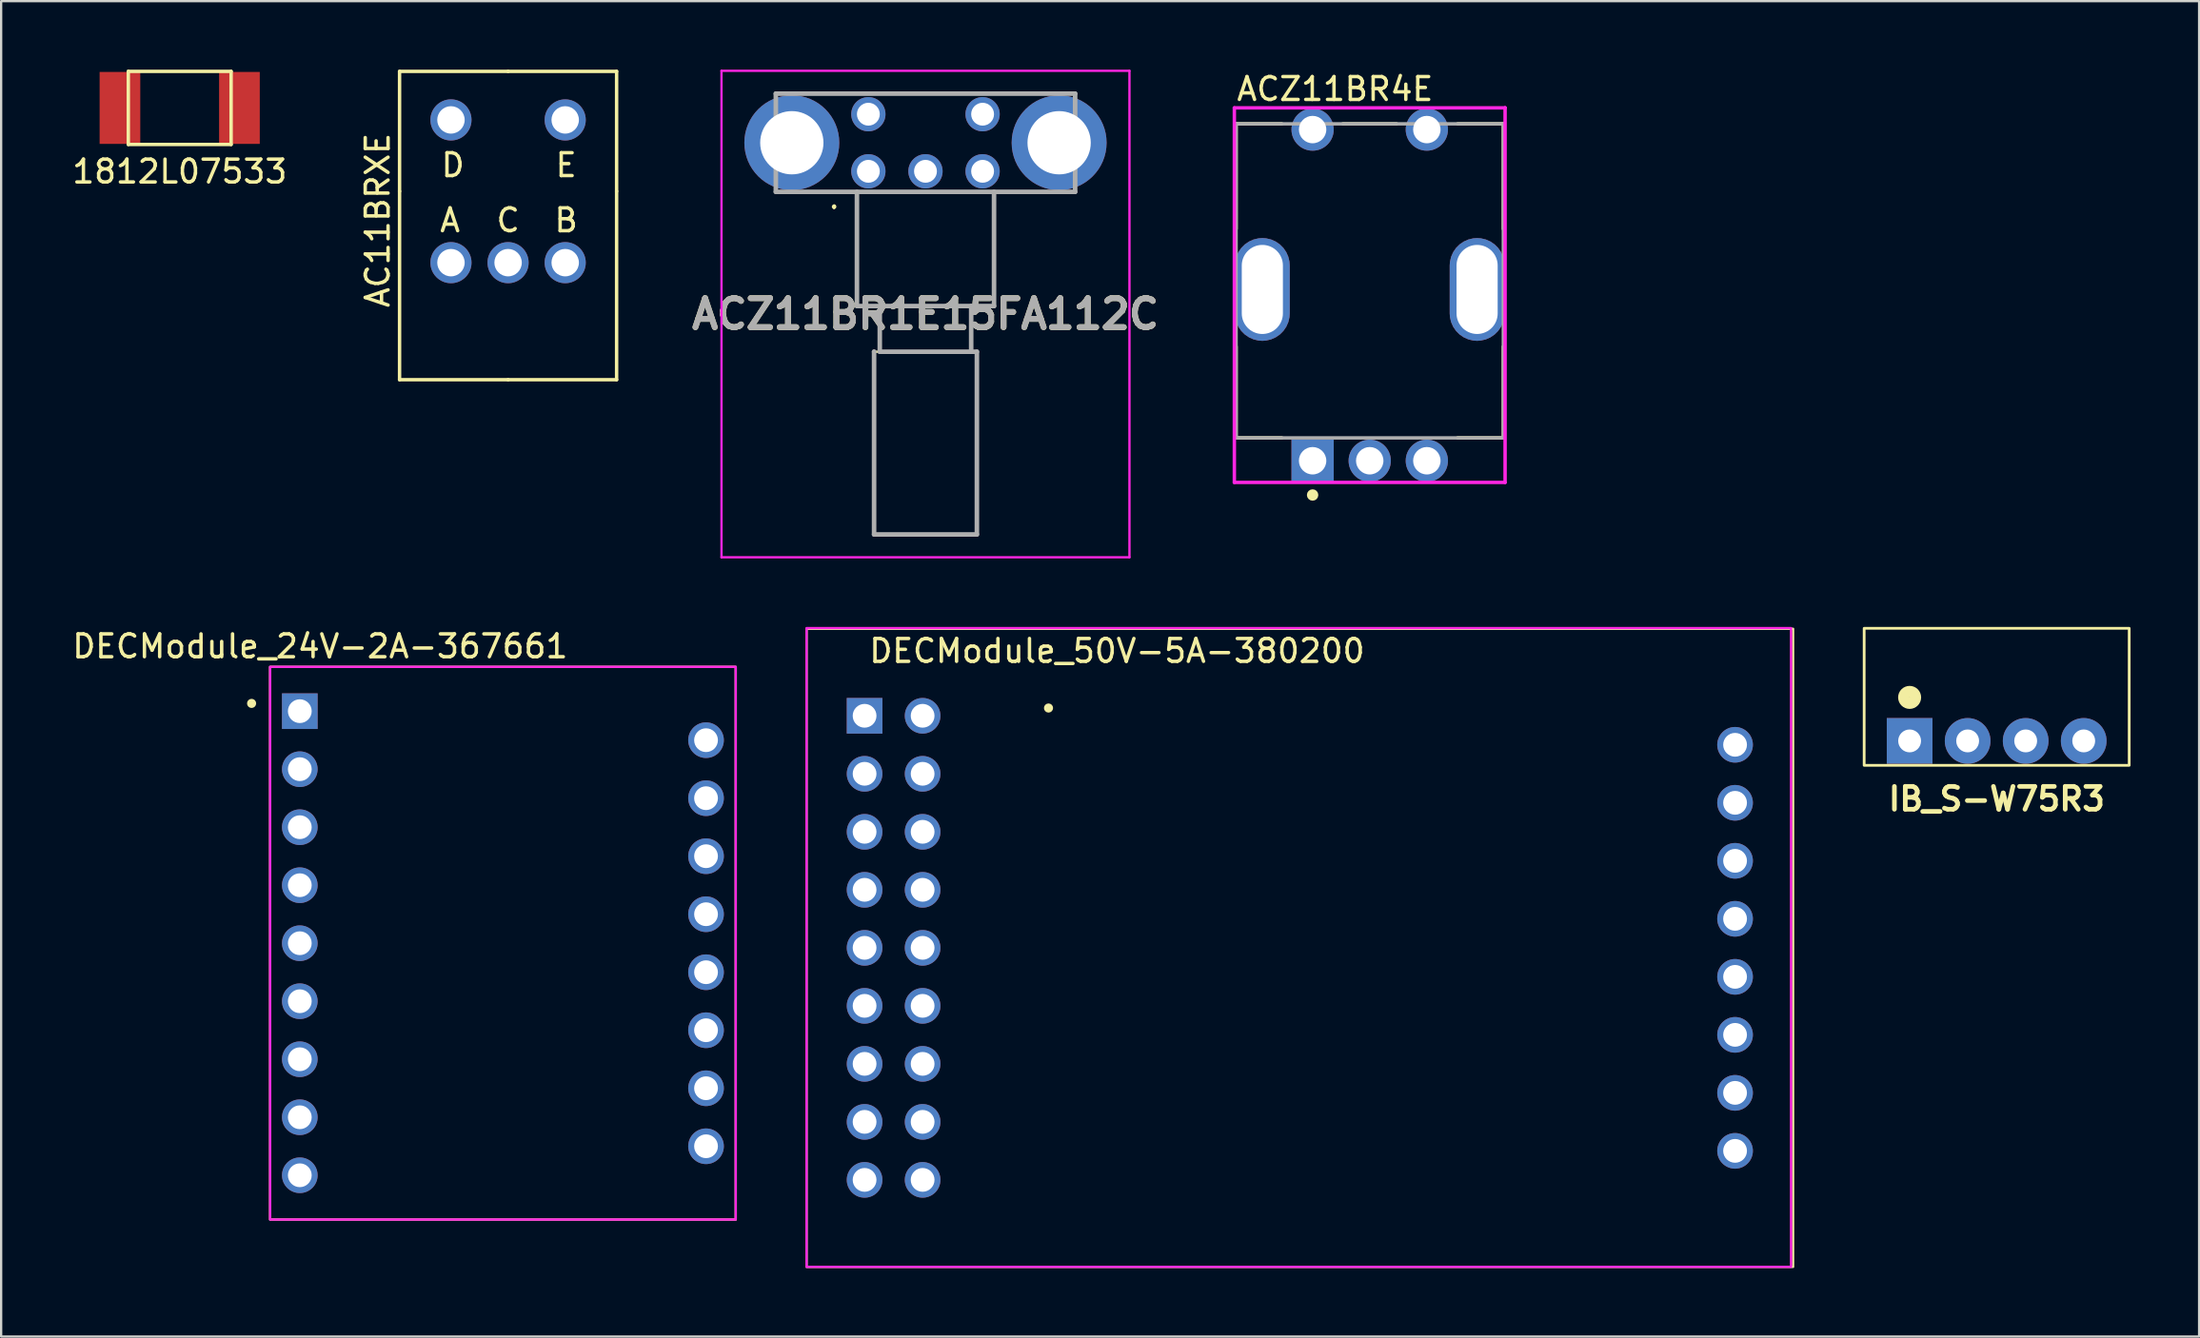
<source format=kicad_pcb>
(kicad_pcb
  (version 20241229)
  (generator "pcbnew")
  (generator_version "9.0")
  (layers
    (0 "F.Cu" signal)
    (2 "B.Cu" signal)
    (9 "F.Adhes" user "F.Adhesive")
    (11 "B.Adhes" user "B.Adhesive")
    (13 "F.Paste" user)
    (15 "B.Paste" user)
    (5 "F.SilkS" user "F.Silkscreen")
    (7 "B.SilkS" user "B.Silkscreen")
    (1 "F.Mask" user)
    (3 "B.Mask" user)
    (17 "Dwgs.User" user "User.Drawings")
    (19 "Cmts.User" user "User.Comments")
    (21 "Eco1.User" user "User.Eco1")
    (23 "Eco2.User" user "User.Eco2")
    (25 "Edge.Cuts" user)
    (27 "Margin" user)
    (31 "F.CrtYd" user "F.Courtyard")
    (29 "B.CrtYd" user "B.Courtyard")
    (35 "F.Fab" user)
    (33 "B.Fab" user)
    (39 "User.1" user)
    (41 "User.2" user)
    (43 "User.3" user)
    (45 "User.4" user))
  (footprint "ACZ11BR4E"
    (layer "F.Cu")
    (at 56.901 9.623)
    (property "Reference" "ACZ11BR4E" (at -5.9 -8.775 0) (layer "F.SilkS") (effects (font (size 1 1) (thickness 0.15)) (justify left)))
    (attr through_hole)
    (fp_line (start -5.85 -7.25) (end -5.85 -2.65) (stroke (width 0.15) (type solid)) (layer "F.SilkS"))
    (fp_line (start -5.85 -7.25) (end -3.85 -7.25) (stroke (width 0.15) (type solid)) (layer "F.SilkS"))
    (fp_line (start -5.85 6.5) (end -5.85 2.5) (stroke (width 0.15) (type solid)) (layer "F.SilkS"))
    (fp_line (start -5.85 6.5) (end -3.85 6.5) (stroke (width 0.15) (type solid)) (layer "F.SilkS"))
    (fp_line (start -1.175 -7.25) (end 1.175 -7.25) (stroke (width 0.15) (type solid)) (layer "F.SilkS"))
    (fp_line (start 5.85 -7.25) (end 3.85 -7.25) (stroke (width 0.15) (type solid)) (layer "F.SilkS"))
    (fp_line (start 5.85 -7.25) (end 5.85 -2.65) (stroke (width 0.15) (type solid)) (layer "F.SilkS"))
    (fp_line (start 5.85 6.5) (end 3.85 6.5) (stroke (width 0.15) (type solid)) (layer "F.SilkS"))
    (fp_line (start 5.85 6.5) (end 5.85 2.5) (stroke (width 0.15) (type solid)) (layer "F.SilkS"))
    (fp_circle (center -2.5 9) (end -2.375 9) (stroke (width 0.25) (type solid)) (fill no) (layer "F.SilkS"))
    (fp_line (start -5.925 -7.95) (end -5.925 8.45) (stroke (width 0.15) (type solid)) (layer "F.CrtYd"))
    (fp_line (start -5.925 8.45) (end 5.925 8.45) (stroke (width 0.15) (type solid)) (layer "F.CrtYd"))
    (fp_line (start 5.925 -7.95) (end -5.925 -7.95) (stroke (width 0.15) (type solid)) (layer "F.CrtYd"))
    (fp_line (start 5.925 -7.95) (end 5.925 -7.95) (stroke (width 0.15) (type solid)) (layer "F.CrtYd"))
    (fp_line (start 5.925 8.45) (end 5.925 -7.95) (stroke (width 0.15) (type solid)) (layer "F.CrtYd"))
    (fp_line (start -5.85 -7.25) (end 5.85 -7.25) (stroke (width 0.15) (type solid)) (layer "F.Fab"))
    (fp_line (start -5.85 6.5) (end -5.85 -7.25) (stroke (width 0.15) (type solid)) (layer "F.Fab"))
    (fp_line (start 5.85 -7.25) (end 5.85 6.5) (stroke (width 0.15) (type solid)) (layer "F.Fab"))
    (fp_line (start 5.85 6.5) (end -5.85 6.5) (stroke (width 0.15) (type solid)) (layer "F.Fab"))
    (pad "1" thru_hole rect (at -2.5 7.5) (size 1.85 1.85) (drill 1.2) (layers "*.Cu"))
    (pad "2" thru_hole circle (at 2.5 7.5) (size 1.85 1.85) (drill 1.2) (layers "*.Cu"))
    (pad "3" thru_hole circle (at 0 7.5) (size 1.85 1.85) (drill 1.2) (layers "*.Cu"))
    (pad "4" thru_hole circle (at -2.5 -7) (size 1.85 1.85) (drill 1.2) (layers "*.Cu"))
    (pad "5" thru_hole circle (at 2.5 -7) (size 1.85 1.85) (drill 1.2) (layers "*.Cu"))
    (pad "6" thru_hole roundrect (at -4.7 0) (size 2.4 4.5) (drill oval 1.8 3.9) (layers "*.Cu") (roundrect_rratio 0.5))
    (pad "7" thru_hole roundrect (at 4.7 0) (size 2.4 4.5) (drill oval 1.8 3.9) (layers "*.Cu") (roundrect_rratio 0.5)))
  (footprint "IB_S-W75R3"
    (layer "F.Cu")
    (at 84.342 29.39)
    (property "Reference" "IB_S-W75R3" (at 0 2.54 0) (layer "F.SilkS") (effects (font (size 1 1) (thickness 0.203))))
    (attr through_hole)
    (fp_rect (start -5.8 -4.93) (end 5.8 1.07) (stroke (width 0.12) (type default)) (fill no) (layer "F.SilkS"))
    (fp_circle (center -3.81 -1.905) (end -3.556 -1.905) (stroke (width 0.5) (type solid)) (fill no) (layer "F.SilkS"))
    (pad "1" thru_hole rect (at -3.81 0) (size 2 2) (drill 1) (layers "*.Cu" "*.Mask"))
    (pad "2" thru_hole circle (at -1.27 0) (size 2 2) (drill 1) (layers "*.Cu" "*.Mask"))
    (pad "3" thru_hole circle (at 1.27 0) (size 2 2) (drill 1) (layers "*.Cu" "*.Mask"))
    (pad "4" thru_hole circle (at 3.81 0) (size 2 2) (drill 1) (layers "*.Cu" "*.Mask")))
  (footprint "DECModule_50V-5A-380200"
    (layer "F.Cu")
    (at 53.842 38.45)
    (property "Reference" "DECModule_50V-5A-380200" (at -8 -13 0) (layer "F.SilkS") (effects (font (size 1 1) (thickness 0.15))))
    (attr through_hole)
    (fp_rect (start -21.59 -13.97) (end 21.59 13.97) (stroke (width 0.1) (type solid)) (fill no) (layer "F.SilkS"))
    (fp_circle (center -11 -10.5) (end -10.9 -10.5) (stroke (width 0.2) (type solid)) (fill no) (layer "F.SilkS"))
    (fp_rect (start -21.59 -14) (end 21.5 13.97) (stroke (width 0.1) (type solid)) (fill no) (layer "F.CrtYd"))
    (pad "1" thru_hole rect (at -19.05 -10.16) (size 1.56 1.56) (drill 1.04) (layers "*.Cu" "*.Mask"))
    (pad "2" thru_hole circle (at -16.51 -10.16 180) (size 1.56 1.56) (drill 1.04) (layers "*.Cu" "*.Mask"))
    (pad "3" thru_hole circle (at -19.05 -7.62) (size 1.56 1.56) (drill 1.04) (layers "*.Cu" "*.Mask"))
    (pad "4" thru_hole circle (at -16.51 -7.62 180) (size 1.56 1.56) (drill 1.04) (layers "*.Cu" "*.Mask"))
    (pad "5" thru_hole circle (at -19.05 -5.08) (size 1.56 1.56) (drill 1.04) (layers "*.Cu" "*.Mask"))
    (pad "6" thru_hole circle (at -16.51 -5.08 180) (size 1.56 1.56) (drill 1.04) (layers "*.Cu" "*.Mask"))
    (pad "7" thru_hole circle (at -19.05 -2.54) (size 1.56 1.56) (drill 1.04) (layers "*.Cu" "*.Mask"))
    (pad "8" thru_hole circle (at -16.51 -2.54 180) (size 1.56 1.56) (drill 1.04) (layers "*.Cu" "*.Mask"))
    (pad "9" thru_hole circle (at -19.05 0) (size 1.56 1.56) (drill 1.04) (layers "*.Cu" "*.Mask"))
    (pad "10" thru_hole circle (at -16.51 0 180) (size 1.56 1.56) (drill 1.04) (layers "*.Cu" "*.Mask"))
    (pad "11" thru_hole circle (at -19.05 2.54) (size 1.56 1.56) (drill 1.04) (layers "*.Cu" "*.Mask"))
    (pad "12" thru_hole circle (at -16.51 2.54 180) (size 1.56 1.56) (drill 1.04) (layers "*.Cu" "*.Mask"))
    (pad "13" thru_hole circle (at -19.05 5.08) (size 1.56 1.56) (drill 1.04) (layers "*.Cu" "*.Mask"))
    (pad "14" thru_hole circle (at -16.51 5.08 180) (size 1.56 1.56) (drill 1.04) (layers "*.Cu" "*.Mask"))
    (pad "15" thru_hole circle (at -19.05 7.62) (size 1.56 1.56) (drill 1.04) (layers "*.Cu" "*.Mask"))
    (pad "16" thru_hole circle (at -16.51 7.62 180) (size 1.56 1.56) (drill 1.04) (layers "*.Cu" "*.Mask"))
    (pad "17" thru_hole circle (at -19.05 10.16) (size 1.56 1.56) (drill 1.04) (layers "*.Cu" "*.Mask"))
    (pad "18" thru_hole circle (at -16.51 10.16 180) (size 1.56 1.56) (drill 1.04) (layers "*.Cu" "*.Mask"))
    (pad "19" thru_hole circle (at 19.05 8.89 180) (size 1.56 1.56) (drill 1.04) (layers "*.Cu" "*.Mask"))
    (pad "20" thru_hole circle (at 19.05 6.35 180) (size 1.56 1.56) (drill 1.04) (layers "*.Cu" "*.Mask"))
    (pad "21" thru_hole circle (at 19.05 3.81 180) (size 1.56 1.56) (drill 1.04) (layers "*.Cu" "*.Mask"))
    (pad "22" thru_hole circle (at 19.05 1.27 180) (size 1.56 1.56) (drill 1.04) (layers "*.Cu" "*.Mask"))
    (pad "23" thru_hole circle (at 19.05 -1.27 180) (size 1.56 1.56) (drill 1.04) (layers "*.Cu" "*.Mask"))
    (pad "24" thru_hole circle (at 19.05 -3.81 180) (size 1.56 1.56) (drill 1.04) (layers "*.Cu" "*.Mask"))
    (pad "25" thru_hole circle (at 19.05 -6.35 180) (size 1.56 1.56) (drill 1.04) (layers "*.Cu" "*.Mask"))
    (pad "26" thru_hole circle (at 19.05 -8.89 180) (size 1.56 1.56) (drill 1.04) (layers "*.Cu" "*.Mask")))
  (footprint "1812L07533"
    (layer "F.Cu")
    (at 4.815 1.675)
    (property "Reference" "1812L07533" (at 0 2.786 0) (layer "F.SilkS") (effects (font (size 1 1) (thickness 0.15))))
    (attr through_hole)
    (fp_line (start -2.25 -1.6) (end 2.25 -1.6) (stroke (width 0.15) (type solid)) (layer "F.SilkS"))
    (fp_line (start -2.25 1.6) (end -2.25 -1.6) (stroke (width 0.15) (type solid)) (layer "F.SilkS"))
    (fp_line (start 2.25 -1.6) (end 2.25 1.6) (stroke (width 0.15) (type solid)) (layer "F.SilkS"))
    (fp_line (start 2.25 1.6) (end -2.25 1.6) (stroke (width 0.15) (type solid)) (layer "F.SilkS"))
    (pad "1" smd rect (at 2.615 0) (size 1.78 3.15) (layers "F.Cu" "F.Mask" "F.Paste"))
    (pad "2" smd rect (at -2.615 0) (size 1.78 3.15) (layers "F.Cu" "F.Mask" "F.Paste")))
  (footprint "AC11BRXE"
    (layer "F.Cu")
    (at 19.188 5.325)
    (property "Reference" "AC11BRXE" (at -5.708 1.268 270) (layer "F.SilkS") (effects (font (size 1 1) (thickness 0.15))))
    (attr through_hole)
    (fp_line (start -4.75 -5.25) (end -4.75 0) (stroke (width 0.15) (type solid)) (layer "F.SilkS"))
    (fp_line (start -4.75 0) (end -4.75 8.25) (stroke (width 0.15) (type solid)) (layer "F.SilkS"))
    (fp_line (start 0 -5.25) (end -4.75 -5.25) (stroke (width 0.15) (type solid)) (layer "F.SilkS"))
    (fp_line (start 0 -5.25) (end 4.75 -5.25) (stroke (width 0.15) (type solid)) (layer "F.SilkS"))
    (fp_line (start 0 8.25) (end -4.75 8.25) (stroke (width 0.15) (type solid)) (layer "F.SilkS"))
    (fp_line (start 0 8.25) (end 4.75 8.25) (stroke (width 0.15) (type solid)) (layer "F.SilkS"))
    (fp_line (start 4.75 0) (end 4.75 -5.25) (stroke (width 0.15) (type solid)) (layer "F.SilkS"))
    (fp_line (start 4.75 0) (end 4.75 8.25) (stroke (width 0.15) (type solid)) (layer "F.SilkS"))
    (fp_text user "E" (at 2.54 -1.143 0) (layer "F.SilkS") (effects (font (size 1 1) (thickness 0.15))))
    (fp_text user "B" (at 2.54 1.27 0) (layer "F.SilkS") (effects (font (size 1 1) (thickness 0.15))))
    (fp_text user "D" (at -2.413 -1.143 0) (layer "F.SilkS") (effects (font (size 1 1) (thickness 0.15))))
    (fp_text user "A" (at -2.54 1.27 0) (layer "F.SilkS") (effects (font (size 1 1) (thickness 0.15))))
    (fp_text user "C" (at 0 1.27 0) (layer "F.SilkS") (effects (font (size 1 1) (thickness 0.15))))
    (pad "1" thru_hole circle (at -2.5 3.125) (size 1.8 1.8) (drill 1.2) (layers "*.Cu" "*.Mask"))
    (pad "2" thru_hole circle (at 2.5 3.125) (size 1.8 1.8) (drill 1.2) (layers "*.Cu" "*.Mask"))
    (pad "3" thru_hole circle (at 0 3.125) (size 1.8 1.8) (drill 1.2) (layers "*.Cu" "*.Mask"))
    (pad "4" thru_hole circle (at -2.5 -3.125) (size 1.8 1.8) (drill 1.2) (layers "*.Cu" "*.Mask"))
    (pad "5" thru_hole circle (at 2.5 -3.125) (size 1.8 1.8) (drill 1.2) (layers "*.Cu" "*.Mask")))
  (footprint "DECModule_24V-2A-367661"
    (layer "F.Cu")
    (at 18.962 38.248)
    (property "Reference" "DECModule_24V-2A-367661" (at -8 -13 0) (layer "F.SilkS") (effects (font (size 1 1) (thickness 0.15))))
    (attr through_hole)
    (fp_rect (start -10.19 -12.1) (end 10.19 12.1) (stroke (width 0.1) (type solid)) (fill no) (layer "F.SilkS"))
    (fp_circle (center -11 -10.5) (end -10.9 -10.5) (stroke (width 0.2) (type solid)) (fill no) (layer "F.SilkS"))
    (fp_rect (start -10.19 -12.1) (end 10.19 12.1) (stroke (width 0.1) (type solid)) (fill no) (layer "F.CrtYd"))
    (pad "1" thru_hole rect (at -8.89 -10.16) (size 1.56 1.56) (drill 1.04) (layers "*.Cu" "*.Mask"))
    (pad "2" thru_hole circle (at -8.89 -7.62) (size 1.56 1.56) (drill 1.04) (layers "*.Cu" "*.Mask"))
    (pad "3" thru_hole circle (at -8.89 -5.08) (size 1.56 1.56) (drill 1.04) (layers "*.Cu" "*.Mask"))
    (pad "4" thru_hole circle (at -8.89 -2.54) (size 1.56 1.56) (drill 1.04) (layers "*.Cu" "*.Mask"))
    (pad "5" thru_hole circle (at -8.89 0) (size 1.56 1.56) (drill 1.04) (layers "*.Cu" "*.Mask"))
    (pad "6" thru_hole circle (at -8.89 2.54) (size 1.56 1.56) (drill 1.04) (layers "*.Cu" "*.Mask"))
    (pad "7" thru_hole circle (at -8.89 5.08) (size 1.56 1.56) (drill 1.04) (layers "*.Cu" "*.Mask"))
    (pad "8" thru_hole circle (at -8.89 7.62) (size 1.56 1.56) (drill 1.04) (layers "*.Cu" "*.Mask"))
    (pad "9" thru_hole circle (at -8.89 10.16) (size 1.56 1.56) (drill 1.04) (layers "*.Cu" "*.Mask"))
    (pad "10" thru_hole circle (at 8.89 8.89 180) (size 1.56 1.56) (drill 1.04) (layers "*.Cu" "*.Mask"))
    (pad "11" thru_hole circle (at 8.89 6.35 180) (size 1.56 1.56) (drill 1.04) (layers "*.Cu" "*.Mask"))
    (pad "12" thru_hole circle (at 8.89 3.81 180) (size 1.56 1.56) (drill 1.04) (layers "*.Cu" "*.Mask"))
    (pad "13" thru_hole circle (at 8.89 1.27 180) (size 1.56 1.56) (drill 1.04) (layers "*.Cu" "*.Mask"))
    (pad "14" thru_hole circle (at 8.89 -1.27 180) (size 1.56 1.56) (drill 1.04) (layers "*.Cu" "*.Mask"))
    (pad "15" thru_hole circle (at 8.89 -3.81 180) (size 1.56 1.56) (drill 1.04) (layers "*.Cu" "*.Mask"))
    (pad "16" thru_hole circle (at 8.89 -6.35 180) (size 1.56 1.56) (drill 1.04) (layers "*.Cu" "*.Mask"))
    (pad "17" thru_hole circle (at 8.89 -8.89 180) (size 1.56 1.56) (drill 1.04) (layers "*.Cu" "*.Mask")))
  (footprint "ACZ11BR1E15FA112C"
    (layer "F.Cu")
    (at 34.957 4.45)
    (property "Reference" "ACZ11BR1E15FA112C" (at 2.5 6.25 0) (layer "F.SilkS") (effects (font (size 1.27 1.27) (thickness 0.254))))
    (attr through_hole)
    (fp_line (start -1.5 1.5) (end -1.5 1.5) (stroke (width 0.1) (type solid)) (layer "F.SilkS"))
    (fp_line (start -1.5 1.6) (end -1.5 1.6) (stroke (width 0.1) (type solid)) (layer "F.SilkS"))
    (fp_line (start -0.5 0.9) (end -0.5 5.9) (stroke (width 0.1) (type solid)) (layer "F.SilkS"))
    (fp_line (start -0.5 5.9) (end 5.5 5.9) (stroke (width 0.1) (type solid)) (layer "F.SilkS"))
    (fp_line (start 0.25 7.9) (end 0.25 15.9) (stroke (width 0.1) (type solid)) (layer "F.SilkS"))
    (fp_line (start 0.25 15.9) (end 4.75 15.9) (stroke (width 0.1) (type solid)) (layer "F.SilkS"))
    (fp_line (start 4.75 7.9) (end 0.25 7.9) (stroke (width 0.1) (type solid)) (layer "F.SilkS"))
    (fp_line (start 4.75 7.9) (end 4.75 15.9) (stroke (width 0.1) (type solid)) (layer "F.SilkS"))
    (fp_line (start 5.5 5.9) (end 5.5 1) (stroke (width 0.1) (type solid)) (layer "F.SilkS"))
    (fp_arc (start -1.5 1.5) (mid -1.45 1.55) (end -1.5 1.6) (stroke (width 0.1) (type solid)) (layer "F.SilkS"))
    (fp_arc (start -1.5 1.6) (mid -1.55 1.55) (end -1.5 1.5) (stroke (width 0.1) (type solid)) (layer "F.SilkS"))
    (fp_line (start -6.428 -4.4) (end 11.428 -4.4) (stroke (width 0.1) (type solid)) (layer "F.CrtYd"))
    (fp_line (start -6.428 16.9) (end -6.428 -4.4) (stroke (width 0.1) (type solid)) (layer "F.CrtYd"))
    (fp_line (start 11.428 -4.4) (end 11.428 16.9) (stroke (width 0.1) (type solid)) (layer "F.CrtYd"))
    (fp_line (start 11.428 16.9) (end -6.428 16.9) (stroke (width 0.1) (type solid)) (layer "F.CrtYd"))
    (fp_line (start -4.05 -3.4) (end 9.05 -3.4) (stroke (width 0.2) (type solid)) (layer "F.Fab"))
    (fp_line (start -4.05 0.9) (end -4.05 -3.4) (stroke (width 0.2) (type solid)) (layer "F.Fab"))
    (fp_line (start -0.5 0.9) (end -0.5 5.9) (stroke (width 0.2) (type solid)) (layer "F.Fab"))
    (fp_line (start -0.5 5.9) (end 5.5 5.9) (stroke (width 0.2) (type solid)) (layer "F.Fab"))
    (fp_line (start 0.25 7.9) (end 0.25 7.9) (stroke (width 0.2) (type solid)) (layer "F.Fab"))
    (fp_line (start 0.25 7.9) (end 0.25 15.9) (stroke (width 0.2) (type solid)) (layer "F.Fab"))
    (fp_line (start 0.25 15.9) (end 4.75 15.9) (stroke (width 0.2) (type solid)) (layer "F.Fab"))
    (fp_line (start 0.5 5.9) (end 0.5 7.9) (stroke (width 0.2) (type solid)) (layer "F.Fab"))
    (fp_line (start 0.5 7.9) (end 4.5 7.9) (stroke (width 0.2) (type solid)) (layer "F.Fab"))
    (fp_line (start 4.5 7.9) (end 4.5 5.9) (stroke (width 0.2) (type solid)) (layer "F.Fab"))
    (fp_line (start 4.75 7.9) (end 4.5 7.9) (stroke (width 0.2) (type solid)) (layer "F.Fab"))
    (fp_line (start 4.75 15.9) (end 4.75 7.9) (stroke (width 0.2) (type solid)) (layer "F.Fab"))
    (fp_line (start 5.5 5.9) (end 5.5 0.9) (stroke (width 0.2) (type solid)) (layer "F.Fab"))
    (fp_line (start 9.05 -3.4) (end 9.05 0.9) (stroke (width 0.2) (type solid)) (layer "F.Fab"))
    (fp_line (start 9.05 0.9) (end -4.05 0.9) (stroke (width 0.2) (type solid)) (layer "F.Fab"))
    (fp_text user "${REFERENCE}" (at 2.5 6.25 0) (layer "F.Fab") (effects (font (size 1.27 1.27) (thickness 0.254))))
    (pad "A1" thru_hole circle (at 0 0) (size 1.5 1.5) (drill 1) (layers "*.Cu" "*.Mask"))
    (pad "B1" thru_hole circle (at 5 0) (size 1.5 1.5) (drill 1) (layers "*.Cu" "*.Mask"))
    (pad "C1" thru_hole circle (at 2.5 0) (size 1.5 1.5) (drill 1) (layers "*.Cu" "*.Mask"))
    (pad "MH1" thru_hole circle (at -3.35 -1.25) (size 4.155 4.155) (drill 2.77) (layers "*.Cu" "*.Mask"))
    (pad "MH2" thru_hole circle (at 8.35 -1.25) (size 4.155 4.155) (drill 2.77) (layers "*.Cu" "*.Mask"))
    (pad "S1" thru_hole circle (at 0 -2.5) (size 1.5 1.5) (drill 1) (layers "*.Cu" "*.Mask"))
    (pad "S2" thru_hole circle (at 5 -2.5) (size 1.5 1.5) (drill 1) (layers "*.Cu" "*.Mask")))
  (gr_rect
    (start -3 -3)
    (end 93.202 55.47)
    (stroke (width 0.1) (type default))
    (fill no)
    (layer "Edge.Cuts")))
</source>
